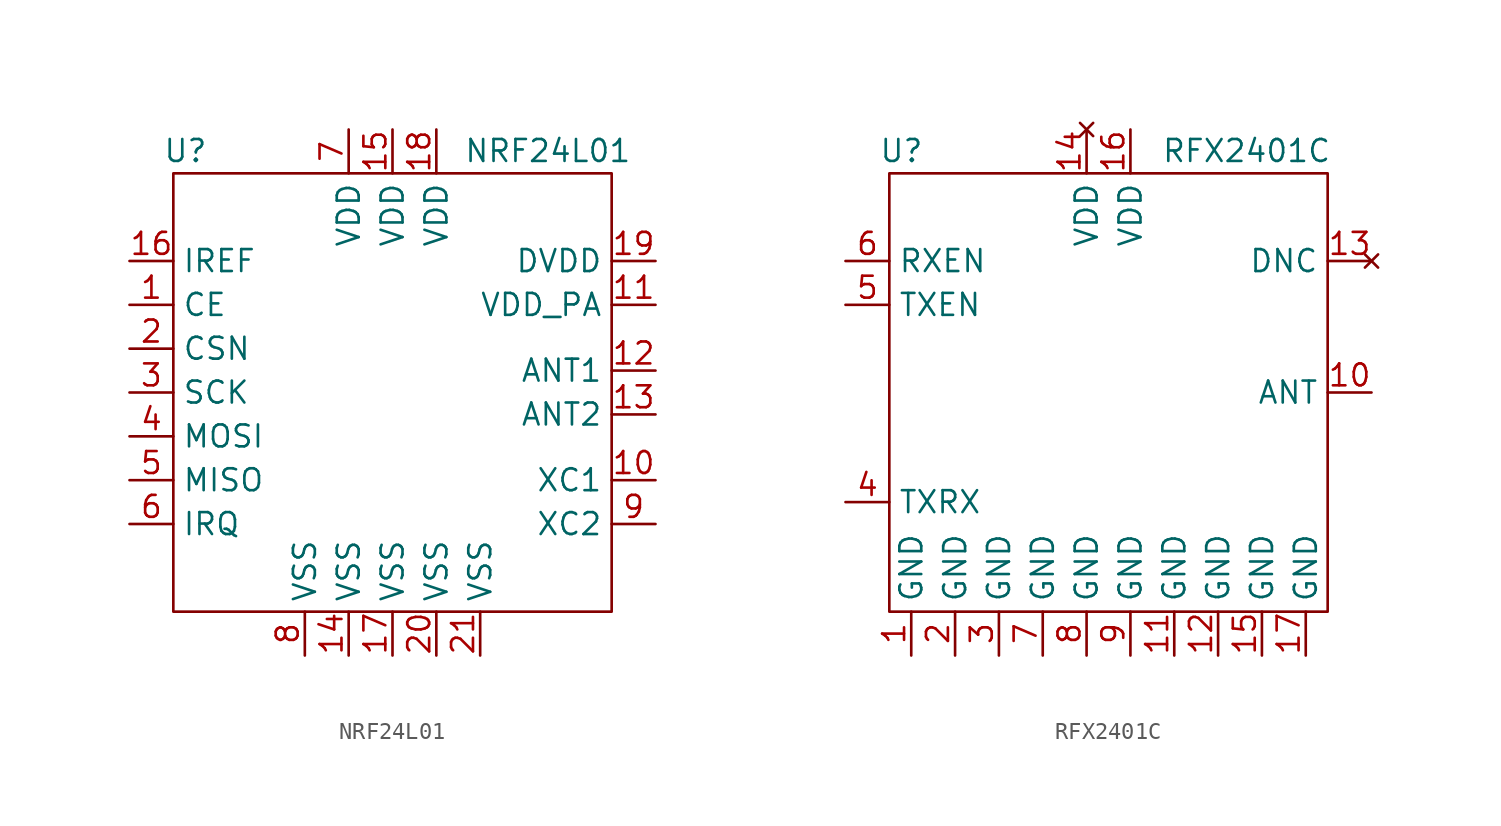
<source format=kicad_sym>
(kicad_symbol_lib
  (version 20241209)
  (generator "kicad_symbol_editor")
  (generator_version "9.0")
  (symbol "NRF24L01"
    (property "Reference" "U"
      (at -12 14 0)
      (effects (font (size 1.27 1.27))))
    (property "Value" "NRF24L01"
      (at 9 14 0)
      (effects (font (size 1.27 1.27))))
    (symbol "NRF24L01_0_1"
      (rectangle (start -12.7 12.7) (end 12.7 -12.7) (stroke (width 0) (type default)) (fill (type none))))
    (symbol "NRF24L01_1_1"
      (pin input line (at -15.24 7.62 0) (length 2.54) (name "IREF" (effects (font (size 1.27 1.27)))) (number "16" (effects (font (size 1.27 1.27)))))
      (pin input line (at -15.24 5.08 0) (length 2.54) (name "CE" (effects (font (size 1.27 1.27)))) (number "1" (effects (font (size 1.27 1.27)))))
      (pin input line (at -15.24 2.54 0) (length 2.54) (name "CSN" (effects (font (size 1.27 1.27)))) (number "2" (effects (font (size 1.27 1.27)))))
      (pin input line (at -15.24 0 0) (length 2.54) (name "SCK" (effects (font (size 1.27 1.27)))) (number "3" (effects (font (size 1.27 1.27)))))
      (pin input line (at -15.24 -2.54 0) (length 2.54) (name "MOSI" (effects (font (size 1.27 1.27)))) (number "4" (effects (font (size 1.27 1.27)))))
      (pin output line (at -15.24 -5.08 0) (length 2.54) (name "MISO" (effects (font (size 1.27 1.27)))) (number "5" (effects (font (size 1.27 1.27)))))
      (pin output line (at -15.24 -7.62 0) (length 2.54) (name "IRQ" (effects (font (size 1.27 1.27)))) (number "6" (effects (font (size 1.27 1.27)))))
      (pin power_in line (at -5.08 -15.24 90) (length 2.54) (name "VSS" (effects (font (size 1.27 1.27)))) (number "8" (effects (font (size 1.27 1.27)))))
      (pin power_in line (at -2.54 15.24 270) (length 2.54) (name "VDD" (effects (font (size 1.27 1.27)))) (number "7" (effects (font (size 1.27 1.27)))))
      (pin power_in line (at -2.54 -15.24 90) (length 2.54) (name "VSS" (effects (font (size 1.27 1.27)))) (number "14" (effects (font (size 1.27 1.27)))))
      (pin power_in line (at 0 15.24 270) (length 2.54) (name "VDD" (effects (font (size 1.27 1.27)))) (number "15" (effects (font (size 1.27 1.27)))))
      (pin power_in line (at 0 -15.24 90) (length 2.54) (name "VSS" (effects (font (size 1.27 1.27)))) (number "17" (effects (font (size 1.27 1.27)))))
      (pin power_in line (at 2.54 15.24 270) (length 2.54) (name "VDD" (effects (font (size 1.27 1.27)))) (number "18" (effects (font (size 1.27 1.27)))))
      (pin power_in line (at 2.54 -15.24 90) (length 2.54) (name "VSS" (effects (font (size 1.27 1.27)))) (number "20" (effects (font (size 1.27 1.27)))))
      (pin power_in line (at 5.08 -15.24 90) (length 2.54) (name "VSS" (effects (font (size 1.27 1.27)))) (number "21" (effects (font (size 1.27 1.27)))))
      (pin power_out line (at 15.24 7.62 180) (length 2.54) (name "DVDD" (effects (font (size 1.27 1.27)))) (number "19" (effects (font (size 1.27 1.27)))))
      (pin power_out line (at 15.24 5.08 180) (length 2.54) (name "VDD_PA" (effects (font (size 1.27 1.27)))) (number "11" (effects (font (size 1.27 1.27)))))
      (pin passive line (at 15.24 1.27 180) (length 2.54) (name "ANT1" (effects (font (size 1.27 1.27)))) (number "12" (effects (font (size 1.27 1.27)))))
      (pin passive line (at 15.24 -1.27 180) (length 2.54) (name "ANT2" (effects (font (size 1.27 1.27)))) (number "13" (effects (font (size 1.27 1.27)))))
      (pin passive line (at 15.24 -5.08 180) (length 2.54) (name "XC1" (effects (font (size 1.27 1.27)))) (number "10" (effects (font (size 1.27 1.27)))))
      (pin passive line (at 15.24 -7.62 180) (length 2.54) (name "XC2" (effects (font (size 1.27 1.27)))) (number "9" (effects (font (size 1.27 1.27)))))))
  (symbol "RFX2401C"
    (property "Reference" "U"
      (at -12 14 0)
      (effects (font (size 1.27 1.27))))
    (property "Value" "RFX2401C"
      (at 8 14 0)
      (effects (font (size 1.27 1.27))))
    (symbol "RFX2401C_0_0"
      (pin power_in line (at -11.43 -15.24 90) (length 2.54) (name "GND" (effects (font (size 1.27 1.27)))) (number "1" (effects (font (size 1.27 1.27)))))
      (pin power_in line (at -8.89 -15.24 90) (length 2.54) (name "GND" (effects (font (size 1.27 1.27)))) (number "2" (effects (font (size 1.27 1.27)))))
      (pin power_in line (at -6.35 -15.24 90) (length 2.54) (name "GND" (effects (font (size 1.27 1.27)))) (number "3" (effects (font (size 1.27 1.27)))))
      (pin power_in line (at -3.81 -15.24 90) (length 2.54) (name "GND" (effects (font (size 1.27 1.27)))) (number "7" (effects (font (size 1.27 1.27)))))
      (pin power_in line (at -1.27 -15.24 90) (length 2.54) (name "GND" (effects (font (size 1.27 1.27)))) (number "8" (effects (font (size 1.27 1.27)))))
      (pin power_in line (at 1.27 15.24 270) (length 2.54) (name "VDD" (effects (font (size 1.27 1.27)))) (number "16" (effects (font (size 1.27 1.27)))))
      (pin power_in line (at 1.27 -15.24 90) (length 2.54) (name "GND" (effects (font (size 1.27 1.27)))) (number "9" (effects (font (size 1.27 1.27)))))
      (pin power_in line (at 3.81 -15.24 90) (length 2.54) (name "GND" (effects (font (size 1.27 1.27)))) (number "11" (effects (font (size 1.27 1.27)))))
      (pin power_in line (at 6.35 -15.24 90) (length 2.54) (name "GND" (effects (font (size 1.27 1.27)))) (number "12" (effects (font (size 1.27 1.27)))))
      (pin power_in line (at 8.89 -15.24 90) (length 2.54) (name "GND" (effects (font (size 1.27 1.27)))) (number "15" (effects (font (size 1.27 1.27)))))
      (pin power_in line (at 11.43 -15.24 90) (length 2.54) (name "GND" (effects (font (size 1.27 1.27)))) (number "17" (effects (font (size 1.27 1.27)))))
      (pin bidirectional line (at 15.24 0 180) (length 2.54) (name "ANT" (effects (font (size 1.27 1.27)))) (number "10" (effects (font (size 1.27 1.27))))))
    (symbol "RFX2401C_0_1"
      (rectangle (start -12.7 12.7) (end 12.7 -12.7) (stroke (width 0) (type default)) (fill (type none))))
    (symbol "RFX2401C_1_0"
      (pin input line (at -15.24 7.62 0) (length 2.54) (name "RXEN" (effects (font (size 1.27 1.27)))) (number "6" (effects (font (size 1.27 1.27)))))
      (pin input line (at -15.24 5.08 0) (length 2.54) (name "TXEN" (effects (font (size 1.27 1.27)))) (number "5" (effects (font (size 1.27 1.27)))))
      (pin bidirectional line (at -15.24 -6.35 0) (length 2.54) (name "TXRX" (effects (font (size 1.27 1.27)))) (number "4" (effects (font (size 1.27 1.27)))))
      (pin no_connect line (at -1.27 15.24 270) (length 2.54) (name "VDD" (effects (font (size 1.27 1.27)))) (number "14" (effects (font (size 1.27 1.27)))))
      (pin no_connect line (at 15.24 7.62 180) (length 2.54) (name "DNC" (effects (font (size 1.27 1.27)))) (number "13" (effects (font (size 1.27 1.27))))))))
</source>
